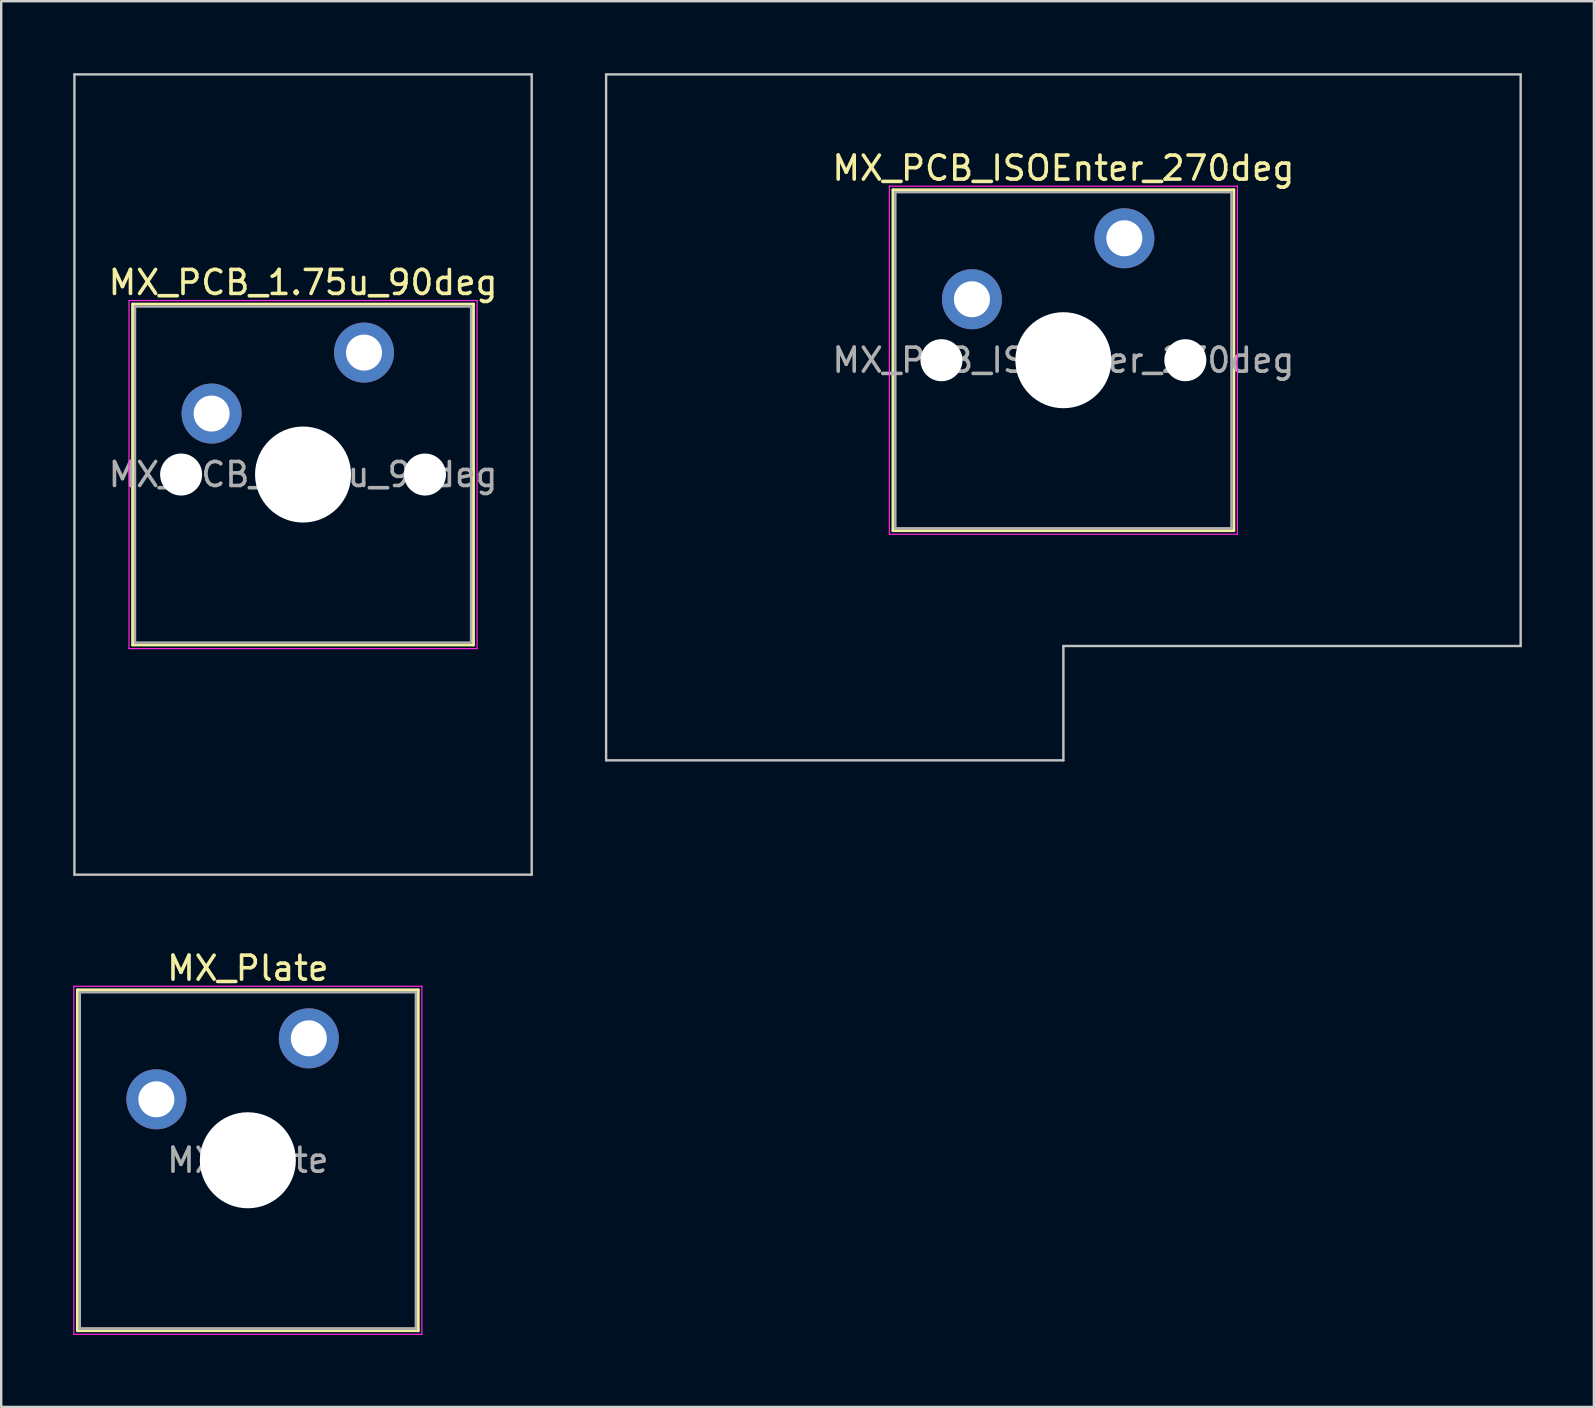
<source format=kicad_pcb>
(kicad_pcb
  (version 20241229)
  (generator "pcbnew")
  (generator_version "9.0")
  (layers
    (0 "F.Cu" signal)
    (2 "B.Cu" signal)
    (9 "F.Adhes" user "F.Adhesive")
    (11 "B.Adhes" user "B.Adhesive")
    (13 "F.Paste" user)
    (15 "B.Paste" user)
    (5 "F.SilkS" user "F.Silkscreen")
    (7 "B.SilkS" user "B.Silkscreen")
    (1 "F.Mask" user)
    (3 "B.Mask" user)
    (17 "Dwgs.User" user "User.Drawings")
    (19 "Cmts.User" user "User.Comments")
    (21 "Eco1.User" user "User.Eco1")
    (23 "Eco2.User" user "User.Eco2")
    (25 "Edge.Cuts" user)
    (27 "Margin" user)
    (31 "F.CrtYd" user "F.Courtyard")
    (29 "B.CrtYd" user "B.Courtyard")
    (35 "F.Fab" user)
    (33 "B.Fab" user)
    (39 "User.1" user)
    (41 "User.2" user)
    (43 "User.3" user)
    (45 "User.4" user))
  (footprint "MX_Plate"
    (layer "F.Cu")
    (at 7.275 45.286)
    (property "Reference" "MX_Plate" (at 0 -8 0) (layer "F.SilkS") (effects (font (size 1 1) (thickness 0.15))))
    (attr through_hole)
    (fp_line (start -7.1 -7.1) (end -7.1 7.1) (stroke (width 0.12) (type solid)) (layer "F.SilkS"))
    (fp_line (start -7.1 7.1) (end 7.1 7.1) (stroke (width 0.12) (type solid)) (layer "F.SilkS"))
    (fp_line (start 7.1 -7.1) (end -7.1 -7.1) (stroke (width 0.12) (type solid)) (layer "F.SilkS"))
    (fp_line (start 7.1 7.1) (end 7.1 -7.1) (stroke (width 0.12) (type solid)) (layer "F.SilkS"))
    (fp_line (start -7 -7) (end -7 7) (stroke (width 0.1) (type solid)) (layer "Eco1.User"))
    (fp_line (start -7 7) (end 7 7) (stroke (width 0.1) (type solid)) (layer "Eco1.User"))
    (fp_line (start 7 -7) (end -7 -7) (stroke (width 0.1) (type solid)) (layer "Eco1.User"))
    (fp_line (start 7 7) (end 7 -7) (stroke (width 0.1) (type solid)) (layer "Eco1.User"))
    (fp_line (start -7.25 -7.25) (end -7.25 7.25) (stroke (width 0.05) (type solid)) (layer "F.CrtYd"))
    (fp_line (start -7.25 7.25) (end 7.25 7.25) (stroke (width 0.05) (type solid)) (layer "F.CrtYd"))
    (fp_line (start 7.25 -7.25) (end -7.25 -7.25) (stroke (width 0.05) (type solid)) (layer "F.CrtYd"))
    (fp_line (start 7.25 7.25) (end 7.25 -7.25) (stroke (width 0.05) (type solid)) (layer "F.CrtYd"))
    (fp_line (start -7 -7) (end -7 7) (stroke (width 0.1) (type solid)) (layer "F.Fab"))
    (fp_line (start -7 7) (end 7 7) (stroke (width 0.1) (type solid)) (layer "F.Fab"))
    (fp_line (start 7 -7) (end -7 -7) (stroke (width 0.1) (type solid)) (layer "F.Fab"))
    (fp_line (start 7 7) (end 7 -7) (stroke (width 0.1) (type solid)) (layer "F.Fab"))
    (fp_text user "${REFERENCE}" (at 0 0 0) (layer "F.Fab") (effects (font (size 1 1) (thickness 0.15))))
    (pad "" np_thru_hole circle (at 0 0) (size 4 4) (drill 4) (layers "*.Cu" "*.Mask"))
    (pad "1" thru_hole circle (at -3.81 -2.54) (size 2.5 2.5) (drill 1.5) (layers "*.Cu" "*.Mask"))
    (pad "2" thru_hole circle (at 2.54 -5.08) (size 2.5 2.5) (drill 1.5) (layers "*.Cu" "*.Mask")))
  (footprint "MX_PCB_ISOEnter_270deg"
    (layer "F.Cu")
    (at 41.25 11.956)
    (property "Reference" "MX_PCB_ISOEnter_270deg" (at 0 -8 0) (layer "F.SilkS") (effects (font (size 1 1) (thickness 0.15))))
    (attr through_hole)
    (fp_line (start -7.1 -7.1) (end -7.1 7.1) (stroke (width 0.12) (type solid)) (layer "F.SilkS"))
    (fp_line (start -7.1 7.1) (end 7.1 7.1) (stroke (width 0.12) (type solid)) (layer "F.SilkS"))
    (fp_line (start 7.1 -7.1) (end -7.1 -7.1) (stroke (width 0.12) (type solid)) (layer "F.SilkS"))
    (fp_line (start 7.1 7.1) (end 7.1 -7.1) (stroke (width 0.12) (type solid)) (layer "F.SilkS"))
    (fp_line (start -19.05 -11.906) (end -19.05 16.669) (stroke (width 0.1) (type solid)) (layer "Dwgs.User"))
    (fp_line (start -19.05 16.669) (end 0 16.669) (stroke (width 0.1) (type solid)) (layer "Dwgs.User"))
    (fp_line (start 0 11.906) (end 19.05 11.906) (stroke (width 0.1) (type solid)) (layer "Dwgs.User"))
    (fp_line (start 0 16.669) (end 0 11.906) (stroke (width 0.1) (type solid)) (layer "Dwgs.User"))
    (fp_line (start 19.05 -11.906) (end -19.05 -11.906) (stroke (width 0.1) (type solid)) (layer "Dwgs.User"))
    (fp_line (start 19.05 11.906) (end 19.05 -11.906) (stroke (width 0.1) (type solid)) (layer "Dwgs.User"))
    (fp_line (start -7 -7) (end -7 7) (stroke (width 0.1) (type solid)) (layer "Eco1.User"))
    (fp_line (start -7 7) (end 7 7) (stroke (width 0.1) (type solid)) (layer "Eco1.User"))
    (fp_line (start 7 -7) (end -7 -7) (stroke (width 0.1) (type solid)) (layer "Eco1.User"))
    (fp_line (start 7 7) (end 7 -7) (stroke (width 0.1) (type solid)) (layer "Eco1.User"))
    (fp_line (start -7.25 -7.25) (end -7.25 7.25) (stroke (width 0.05) (type solid)) (layer "F.CrtYd"))
    (fp_line (start -7.25 7.25) (end 7.25 7.25) (stroke (width 0.05) (type solid)) (layer "F.CrtYd"))
    (fp_line (start 7.25 -7.25) (end -7.25 -7.25) (stroke (width 0.05) (type solid)) (layer "F.CrtYd"))
    (fp_line (start 7.25 7.25) (end 7.25 -7.25) (stroke (width 0.05) (type solid)) (layer "F.CrtYd"))
    (fp_line (start -7 -7) (end -7 7) (stroke (width 0.1) (type solid)) (layer "F.Fab"))
    (fp_line (start -7 7) (end 7 7) (stroke (width 0.1) (type solid)) (layer "F.Fab"))
    (fp_line (start 7 -7) (end -7 -7) (stroke (width 0.1) (type solid)) (layer "F.Fab"))
    (fp_line (start 7 7) (end 7 -7) (stroke (width 0.1) (type solid)) (layer "F.Fab"))
    (fp_text user "${REFERENCE}" (at 0 0 0) (layer "F.Fab") (effects (font (size 1 1) (thickness 0.15))))
    (pad "" np_thru_hole circle (at -5.08 0) (size 1.75 1.75) (drill 1.75) (layers "*.Cu" "*.Mask"))
    (pad "" np_thru_hole circle (at 0 0) (size 4 4) (drill 4) (layers "*.Cu" "*.Mask"))
    (pad "" np_thru_hole circle (at 5.08 0) (size 1.75 1.75) (drill 1.75) (layers "*.Cu" "*.Mask"))
    (pad "1" thru_hole circle (at -3.81 -2.54) (size 2.5 2.5) (drill 1.5) (layers "*.Cu" "*.Mask"))
    (pad "2" thru_hole circle (at 2.54 -5.08) (size 2.5 2.5) (drill 1.5) (layers "*.Cu" "*.Mask")))
  (footprint "MX_PCB_1.75u_90deg"
    (layer "F.Cu")
    (at 9.575 16.719)
    (property "Reference" "MX_PCB_1.75u_90deg" (at 0 -8 0) (layer "F.SilkS") (effects (font (size 1 1) (thickness 0.15))))
    (attr through_hole)
    (fp_line (start -7.1 -7.1) (end -7.1 7.1) (stroke (width 0.12) (type solid)) (layer "F.SilkS"))
    (fp_line (start -7.1 7.1) (end 7.1 7.1) (stroke (width 0.12) (type solid)) (layer "F.SilkS"))
    (fp_line (start 7.1 -7.1) (end -7.1 -7.1) (stroke (width 0.12) (type solid)) (layer "F.SilkS"))
    (fp_line (start 7.1 7.1) (end 7.1 -7.1) (stroke (width 0.12) (type solid)) (layer "F.SilkS"))
    (fp_line (start -9.525 -16.669) (end 9.525 -16.669) (stroke (width 0.1) (type solid)) (layer "Dwgs.User"))
    (fp_line (start -9.525 16.669) (end -9.525 -16.669) (stroke (width 0.1) (type solid)) (layer "Dwgs.User"))
    (fp_line (start 9.525 -16.669) (end 9.525 16.669) (stroke (width 0.1) (type solid)) (layer "Dwgs.User"))
    (fp_line (start 9.525 16.669) (end -9.525 16.669) (stroke (width 0.1) (type solid)) (layer "Dwgs.User"))
    (fp_line (start -7 -7) (end -7 7) (stroke (width 0.1) (type solid)) (layer "Eco1.User"))
    (fp_line (start -7 7) (end 7 7) (stroke (width 0.1) (type solid)) (layer "Eco1.User"))
    (fp_line (start 7 -7) (end -7 -7) (stroke (width 0.1) (type solid)) (layer "Eco1.User"))
    (fp_line (start 7 7) (end 7 -7) (stroke (width 0.1) (type solid)) (layer "Eco1.User"))
    (fp_line (start -7.25 -7.25) (end -7.25 7.25) (stroke (width 0.05) (type solid)) (layer "F.CrtYd"))
    (fp_line (start -7.25 7.25) (end 7.25 7.25) (stroke (width 0.05) (type solid)) (layer "F.CrtYd"))
    (fp_line (start 7.25 -7.25) (end -7.25 -7.25) (stroke (width 0.05) (type solid)) (layer "F.CrtYd"))
    (fp_line (start 7.25 7.25) (end 7.25 -7.25) (stroke (width 0.05) (type solid)) (layer "F.CrtYd"))
    (fp_line (start -7 -7) (end -7 7) (stroke (width 0.1) (type solid)) (layer "F.Fab"))
    (fp_line (start -7 7) (end 7 7) (stroke (width 0.1) (type solid)) (layer "F.Fab"))
    (fp_line (start 7 -7) (end -7 -7) (stroke (width 0.1) (type solid)) (layer "F.Fab"))
    (fp_line (start 7 7) (end 7 -7) (stroke (width 0.1) (type solid)) (layer "F.Fab"))
    (fp_text user "${REFERENCE}" (at 0 0 0) (layer "F.Fab") (effects (font (size 1 1) (thickness 0.15))))
    (pad "" np_thru_hole circle (at -5.08 0) (size 1.75 1.75) (drill 1.75) (layers "*.Cu" "*.Mask"))
    (pad "" np_thru_hole circle (at 0 0) (size 4 4) (drill 4) (layers "*.Cu" "*.Mask"))
    (pad "" np_thru_hole circle (at 5.08 0) (size 1.75 1.75) (drill 1.75) (layers "*.Cu" "*.Mask"))
    (pad "1" thru_hole circle (at -3.81 -2.54) (size 2.5 2.5) (drill 1.5) (layers "*.Cu" "*.Mask"))
    (pad "2" thru_hole circle (at 2.54 -5.08) (size 2.5 2.5) (drill 1.5) (layers "*.Cu" "*.Mask")))
  (gr_rect
    (start -3 -3)
    (end 63.35 55.561)
    (stroke (width 0.1) (type default))
    (fill no)
    (layer "Edge.Cuts")))
</source>
